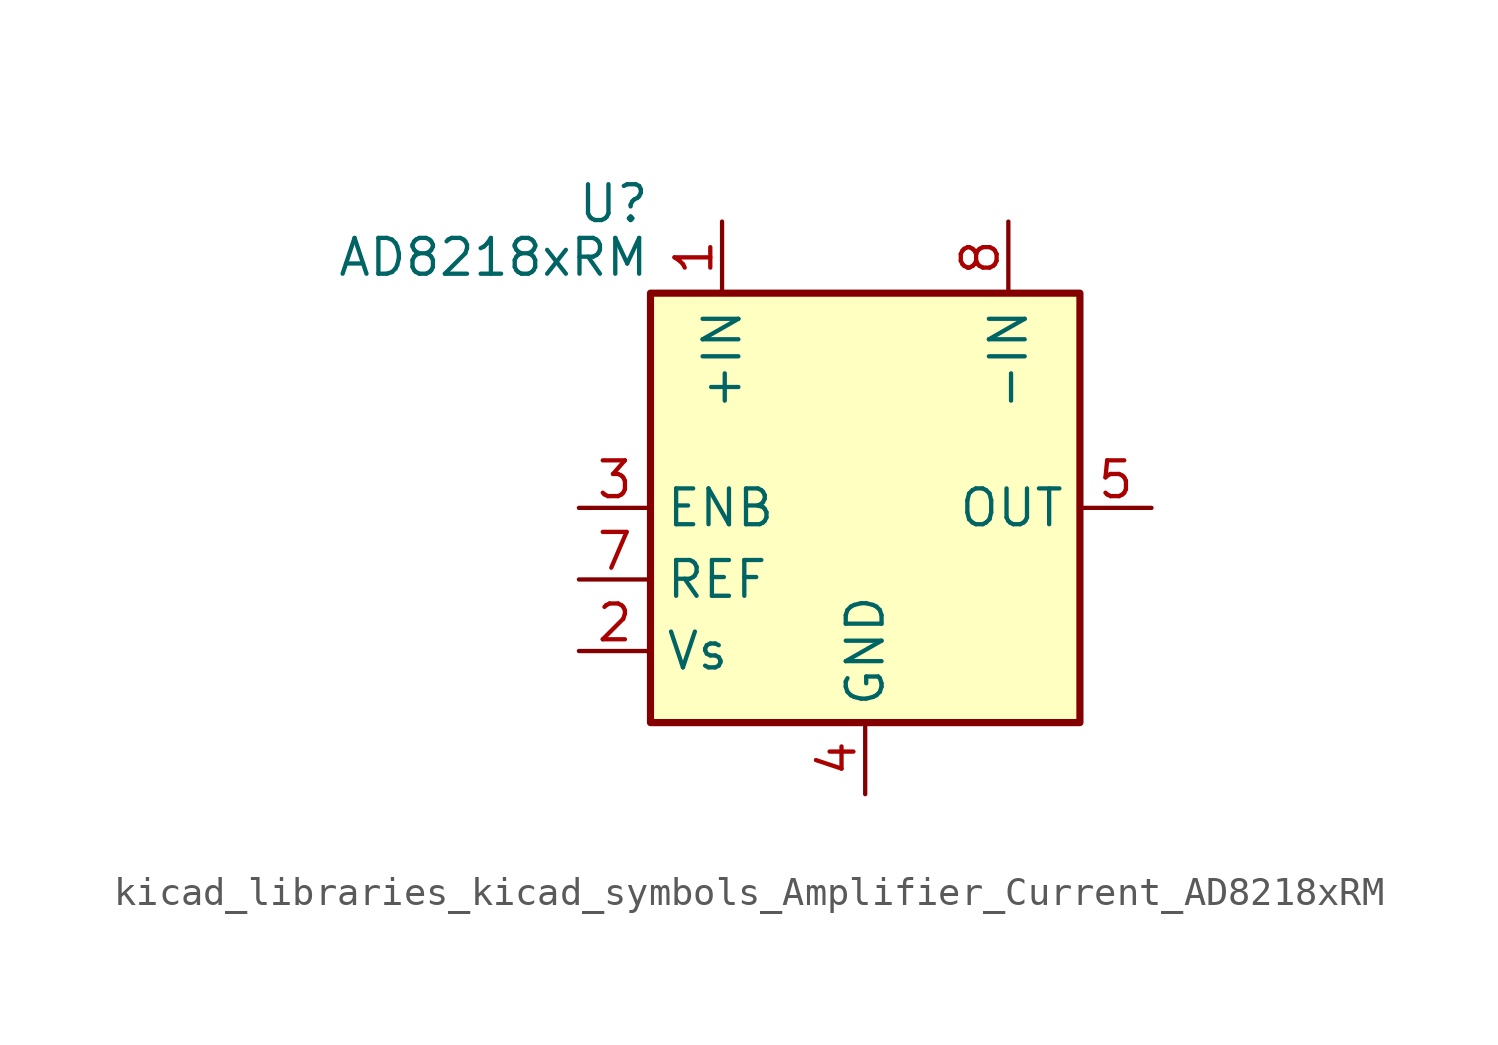
<source format=kicad_sym>
(kicad_symbol_lib
  (version 20220914)
  (generator kicad_symbol_editor)
  (symbol "kicad_libraries_kicad_symbols_Amplifier_Current_AD8218xRM"
    (property "Reference" "U"
      (at -7.62 10.795 0)
      (effects (font (size 1.27 1.27)) (justify right)))
    (property "Value" "AD8218xRM"
      (at -7.62 8.89 0)
      (effects (font (size 1.27 1.27)) (justify right)))
    (symbol "kicad_libraries_kicad_symbols_Amplifier_Current_AD8218xRM_0_1"
      (rectangle (start -7.62 7.62) (end 7.62 -7.62) (stroke (width 0.254) (type default)) (fill (type background))))
    (symbol "kicad_libraries_kicad_symbols_Amplifier_Current_AD8218xRM_1_1"
      (pin input line (at -5.08 10.16 270) (length 2.54) (name "+IN" (effects (font (size 1.27 1.27)))) (number "1" (effects (font (size 1.27 1.27)))))
      (pin passive line (at -10.16 -5.08 0) (length 2.54) (name "Vs" (effects (font (size 1.27 1.27)))) (number "2" (effects (font (size 1.27 1.27)))))
      (pin input line (at -10.16 0 0) (length 2.54) (name "ENB" (effects (font (size 1.27 1.27)))) (number "3" (effects (font (size 1.27 1.27)))))
      (pin power_in line (at 0 -10.16 90) (length 2.54) (name "GND" (effects (font (size 1.27 1.27)))) (number "4" (effects (font (size 1.27 1.27)))))
      (pin output line (at 10.16 0 180) (length 2.54) (name "OUT" (effects (font (size 1.27 1.27)))) (number "5" (effects (font (size 1.27 1.27)))))
      (pin no_connect line (at 2.54 -7.62 90) (length 2.54) hide (name "NC" (effects (font (size 1.27 1.27)))) (number "6" (effects (font (size 1.27 1.27)))))
      (pin input line (at -10.16 -2.54 0) (length 2.54) (name "REF" (effects (font (size 1.27 1.27)))) (number "7" (effects (font (size 1.27 1.27)))))
      (pin input line (at 5.08 10.16 270) (length 2.54) (name "-IN" (effects (font (size 1.27 1.27)))) (number "8" (effects (font (size 1.27 1.27))))))))
</source>
